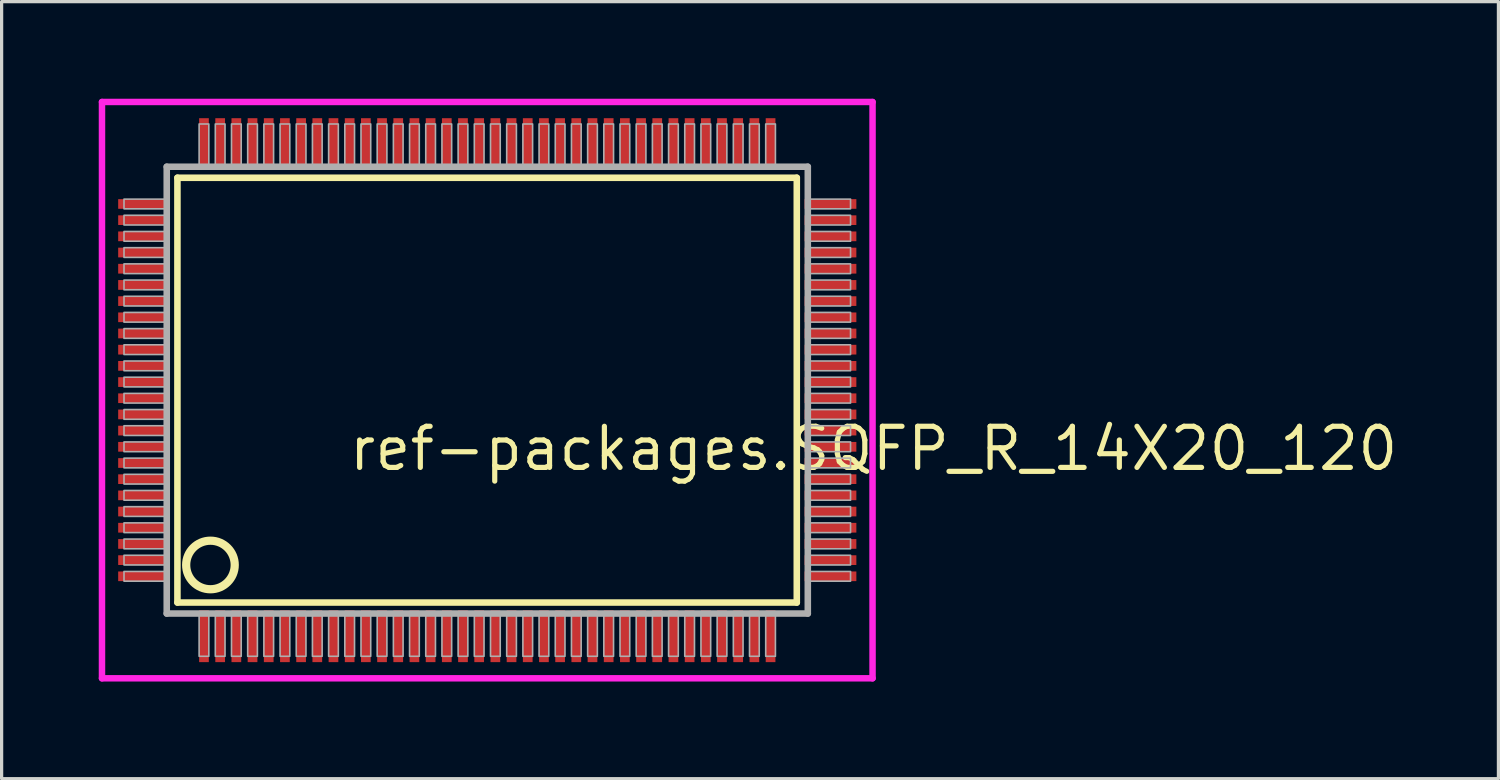
<source format=kicad_pcb>
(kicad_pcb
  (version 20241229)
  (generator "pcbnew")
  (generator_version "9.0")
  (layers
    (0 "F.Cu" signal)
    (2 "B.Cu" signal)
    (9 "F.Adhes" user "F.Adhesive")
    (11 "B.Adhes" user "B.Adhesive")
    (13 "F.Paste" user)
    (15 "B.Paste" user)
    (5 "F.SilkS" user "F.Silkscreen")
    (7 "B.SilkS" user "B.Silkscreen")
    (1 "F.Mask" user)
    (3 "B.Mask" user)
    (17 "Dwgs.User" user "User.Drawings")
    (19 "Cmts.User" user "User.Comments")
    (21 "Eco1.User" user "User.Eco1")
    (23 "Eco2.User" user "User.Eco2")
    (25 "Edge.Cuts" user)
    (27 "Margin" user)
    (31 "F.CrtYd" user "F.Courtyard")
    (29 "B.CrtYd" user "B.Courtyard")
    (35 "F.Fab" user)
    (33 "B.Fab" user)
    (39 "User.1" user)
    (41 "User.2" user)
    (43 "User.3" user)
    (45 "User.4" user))
  (footprint "ref-packages.SQFP_R_14X20_120"
    (layer "F.Cu")
    (at 12 9)
    (property "Reference" "ref-packages.SQFP_R_14X20_120" (at -4.35 2.55 0) (layer "F.SilkS") (effects (font (size 1.27 1.27) (thickness 0.16)) (justify left bottom)))
    (attr smd)
    (fp_line (start -9.57 -6.56) (end 9.56 -6.56) (stroke (width 0.203) (type default)) (layer "F.SilkS"))
    (fp_line (start -9.57 6.56) (end -9.57 -6.56) (stroke (width 0.203) (type default)) (layer "F.SilkS"))
    (fp_line (start 9.56 -6.56) (end 9.56 6.56) (stroke (width 0.203) (type default)) (layer "F.SilkS"))
    (fp_line (start 9.56 6.56) (end -9.57 6.56) (stroke (width 0.203) (type default)) (layer "F.SilkS"))
    (fp_circle (center -8.55 5.4) (end -7.8 5.4) (stroke (width 0.254) (type default)) (fill no) (layer "F.SilkS"))
    (fp_line (start -11.9 -8.9) (end 11.9 -8.9) (stroke (width 0.2) (type default)) (layer "F.CrtYd"))
    (fp_line (start -11.9 8.9) (end -11.9 -8.9) (stroke (width 0.2) (type default)) (layer "F.CrtYd"))
    (fp_line (start 11.9 -8.9) (end 11.9 8.9) (stroke (width 0.2) (type default)) (layer "F.CrtYd"))
    (fp_line (start 11.9 8.9) (end -11.9 8.9) (stroke (width 0.2) (type default)) (layer "F.CrtYd"))
    (fp_line (start -9.9 -6.9) (end -9.9 6.9) (stroke (width 0.203) (type default)) (layer "F.Fab"))
    (fp_line (start -9.9 6.9) (end 9.9 6.9) (stroke (width 0.203) (type default)) (layer "F.Fab"))
    (fp_line (start 9.9 -6.9) (end -9.9 -6.9) (stroke (width 0.203) (type default)) (layer "F.Fab"))
    (fp_line (start 9.9 6.9) (end 9.9 -6.9) (stroke (width 0.203) (type default)) (layer "F.Fab"))
    (fp_rect (start -11.22 -5.6) (end -9.95 -5.9) (stroke (width 0.05) (type default)) (fill no) (layer "F.Fab"))
    (fp_rect (start -11.22 -5.1) (end -9.95 -5.4) (stroke (width 0.05) (type default)) (fill no) (layer "F.Fab"))
    (fp_rect (start -11.22 -4.6) (end -9.95 -4.9) (stroke (width 0.05) (type default)) (fill no) (layer "F.Fab"))
    (fp_rect (start -11.22 -4.1) (end -9.95 -4.4) (stroke (width 0.05) (type default)) (fill no) (layer "F.Fab"))
    (fp_rect (start -11.22 -3.6) (end -9.95 -3.9) (stroke (width 0.05) (type default)) (fill no) (layer "F.Fab"))
    (fp_rect (start -11.22 -3.1) (end -9.95 -3.4) (stroke (width 0.05) (type default)) (fill no) (layer "F.Fab"))
    (fp_rect (start -11.22 -2.6) (end -9.95 -2.9) (stroke (width 0.05) (type default)) (fill no) (layer "F.Fab"))
    (fp_rect (start -11.22 -2.1) (end -9.95 -2.4) (stroke (width 0.05) (type default)) (fill no) (layer "F.Fab"))
    (fp_rect (start -11.22 -1.6) (end -9.95 -1.9) (stroke (width 0.05) (type default)) (fill no) (layer "F.Fab"))
    (fp_rect (start -11.22 -1.1) (end -9.95 -1.4) (stroke (width 0.05) (type default)) (fill no) (layer "F.Fab"))
    (fp_rect (start -11.22 -0.6) (end -9.95 -0.9) (stroke (width 0.05) (type default)) (fill no) (layer "F.Fab"))
    (fp_rect (start -11.22 -0.1) (end -9.95 -0.4) (stroke (width 0.05) (type default)) (fill no) (layer "F.Fab"))
    (fp_rect (start -11.22 0.4) (end -9.95 0.1) (stroke (width 0.05) (type default)) (fill no) (layer "F.Fab"))
    (fp_rect (start -11.22 0.9) (end -9.95 0.6) (stroke (width 0.05) (type default)) (fill no) (layer "F.Fab"))
    (fp_rect (start -11.22 1.4) (end -9.95 1.1) (stroke (width 0.05) (type default)) (fill no) (layer "F.Fab"))
    (fp_rect (start -11.22 1.9) (end -9.95 1.6) (stroke (width 0.05) (type default)) (fill no) (layer "F.Fab"))
    (fp_rect (start -11.22 2.4) (end -9.95 2.1) (stroke (width 0.05) (type default)) (fill no) (layer "F.Fab"))
    (fp_rect (start -11.22 2.9) (end -9.95 2.6) (stroke (width 0.05) (type default)) (fill no) (layer "F.Fab"))
    (fp_rect (start -11.22 3.4) (end -9.95 3.1) (stroke (width 0.05) (type default)) (fill no) (layer "F.Fab"))
    (fp_rect (start -11.22 3.9) (end -9.95 3.6) (stroke (width 0.05) (type default)) (fill no) (layer "F.Fab"))
    (fp_rect (start -11.22 4.4) (end -9.95 4.1) (stroke (width 0.05) (type default)) (fill no) (layer "F.Fab"))
    (fp_rect (start -11.22 4.9) (end -9.95 4.6) (stroke (width 0.05) (type default)) (fill no) (layer "F.Fab"))
    (fp_rect (start -11.22 5.4) (end -9.95 5.1) (stroke (width 0.05) (type default)) (fill no) (layer "F.Fab"))
    (fp_rect (start -11.22 5.9) (end -9.95 5.6) (stroke (width 0.05) (type default)) (fill no) (layer "F.Fab"))
    (fp_rect (start -8.9 -6.95) (end -8.6 -8.22) (stroke (width 0.05) (type default)) (fill no) (layer "F.Fab"))
    (fp_rect (start -8.9 8.22) (end -8.6 6.95) (stroke (width 0.05) (type default)) (fill no) (layer "F.Fab"))
    (fp_rect (start -8.4 -6.95) (end -8.1 -8.22) (stroke (width 0.05) (type default)) (fill no) (layer "F.Fab"))
    (fp_rect (start -8.4 8.22) (end -8.1 6.95) (stroke (width 0.05) (type default)) (fill no) (layer "F.Fab"))
    (fp_rect (start -7.9 -6.95) (end -7.6 -8.22) (stroke (width 0.05) (type default)) (fill no) (layer "F.Fab"))
    (fp_rect (start -7.9 8.22) (end -7.6 6.95) (stroke (width 0.05) (type default)) (fill no) (layer "F.Fab"))
    (fp_rect (start -7.4 -6.95) (end -7.1 -8.22) (stroke (width 0.05) (type default)) (fill no) (layer "F.Fab"))
    (fp_rect (start -7.4 8.22) (end -7.1 6.95) (stroke (width 0.05) (type default)) (fill no) (layer "F.Fab"))
    (fp_rect (start -6.9 -6.95) (end -6.6 -8.22) (stroke (width 0.05) (type default)) (fill no) (layer "F.Fab"))
    (fp_rect (start -6.9 8.22) (end -6.6 6.95) (stroke (width 0.05) (type default)) (fill no) (layer "F.Fab"))
    (fp_rect (start -6.4 -6.95) (end -6.1 -8.22) (stroke (width 0.05) (type default)) (fill no) (layer "F.Fab"))
    (fp_rect (start -6.4 8.22) (end -6.1 6.95) (stroke (width 0.05) (type default)) (fill no) (layer "F.Fab"))
    (fp_rect (start -5.9 -6.95) (end -5.6 -8.22) (stroke (width 0.05) (type default)) (fill no) (layer "F.Fab"))
    (fp_rect (start -5.9 8.22) (end -5.6 6.95) (stroke (width 0.05) (type default)) (fill no) (layer "F.Fab"))
    (fp_rect (start -5.4 -6.95) (end -5.1 -8.22) (stroke (width 0.05) (type default)) (fill no) (layer "F.Fab"))
    (fp_rect (start -5.4 8.22) (end -5.1 6.95) (stroke (width 0.05) (type default)) (fill no) (layer "F.Fab"))
    (fp_rect (start -4.9 -6.95) (end -4.6 -8.22) (stroke (width 0.05) (type default)) (fill no) (layer "F.Fab"))
    (fp_rect (start -4.9 8.22) (end -4.6 6.95) (stroke (width 0.05) (type default)) (fill no) (layer "F.Fab"))
    (fp_rect (start -4.4 -6.95) (end -4.1 -8.22) (stroke (width 0.05) (type default)) (fill no) (layer "F.Fab"))
    (fp_rect (start -4.4 8.22) (end -4.1 6.95) (stroke (width 0.05) (type default)) (fill no) (layer "F.Fab"))
    (fp_rect (start -3.9 -6.95) (end -3.6 -8.22) (stroke (width 0.05) (type default)) (fill no) (layer "F.Fab"))
    (fp_rect (start -3.9 8.22) (end -3.6 6.95) (stroke (width 0.05) (type default)) (fill no) (layer "F.Fab"))
    (fp_rect (start -3.4 -6.95) (end -3.1 -8.22) (stroke (width 0.05) (type default)) (fill no) (layer "F.Fab"))
    (fp_rect (start -3.4 8.22) (end -3.1 6.95) (stroke (width 0.05) (type default)) (fill no) (layer "F.Fab"))
    (fp_rect (start -2.9 -6.95) (end -2.6 -8.22) (stroke (width 0.05) (type default)) (fill no) (layer "F.Fab"))
    (fp_rect (start -2.9 8.22) (end -2.6 6.95) (stroke (width 0.05) (type default)) (fill no) (layer "F.Fab"))
    (fp_rect (start -2.4 -6.95) (end -2.1 -8.22) (stroke (width 0.05) (type default)) (fill no) (layer "F.Fab"))
    (fp_rect (start -2.4 8.22) (end -2.1 6.95) (stroke (width 0.05) (type default)) (fill no) (layer "F.Fab"))
    (fp_rect (start -1.9 -6.95) (end -1.6 -8.22) (stroke (width 0.05) (type default)) (fill no) (layer "F.Fab"))
    (fp_rect (start -1.9 8.22) (end -1.6 6.95) (stroke (width 0.05) (type default)) (fill no) (layer "F.Fab"))
    (fp_rect (start -1.4 -6.95) (end -1.1 -8.22) (stroke (width 0.05) (type default)) (fill no) (layer "F.Fab"))
    (fp_rect (start -1.4 8.22) (end -1.1 6.95) (stroke (width 0.05) (type default)) (fill no) (layer "F.Fab"))
    (fp_rect (start -0.9 -6.95) (end -0.6 -8.22) (stroke (width 0.05) (type default)) (fill no) (layer "F.Fab"))
    (fp_rect (start -0.9 8.22) (end -0.6 6.95) (stroke (width 0.05) (type default)) (fill no) (layer "F.Fab"))
    (fp_rect (start -0.4 -6.95) (end -0.1 -8.22) (stroke (width 0.05) (type default)) (fill no) (layer "F.Fab"))
    (fp_rect (start -0.4 8.22) (end -0.1 6.95) (stroke (width 0.05) (type default)) (fill no) (layer "F.Fab"))
    (fp_rect (start 0.1 -6.95) (end 0.4 -8.22) (stroke (width 0.05) (type default)) (fill no) (layer "F.Fab"))
    (fp_rect (start 0.1 8.22) (end 0.4 6.95) (stroke (width 0.05) (type default)) (fill no) (layer "F.Fab"))
    (fp_rect (start 0.6 -6.95) (end 0.9 -8.22) (stroke (width 0.05) (type default)) (fill no) (layer "F.Fab"))
    (fp_rect (start 0.6 8.22) (end 0.9 6.95) (stroke (width 0.05) (type default)) (fill no) (layer "F.Fab"))
    (fp_rect (start 1.1 -6.95) (end 1.4 -8.22) (stroke (width 0.05) (type default)) (fill no) (layer "F.Fab"))
    (fp_rect (start 1.1 8.22) (end 1.4 6.95) (stroke (width 0.05) (type default)) (fill no) (layer "F.Fab"))
    (fp_rect (start 1.6 -6.95) (end 1.9 -8.22) (stroke (width 0.05) (type default)) (fill no) (layer "F.Fab"))
    (fp_rect (start 1.6 8.22) (end 1.9 6.95) (stroke (width 0.05) (type default)) (fill no) (layer "F.Fab"))
    (fp_rect (start 2.1 -6.95) (end 2.4 -8.22) (stroke (width 0.05) (type default)) (fill no) (layer "F.Fab"))
    (fp_rect (start 2.1 8.22) (end 2.4 6.95) (stroke (width 0.05) (type default)) (fill no) (layer "F.Fab"))
    (fp_rect (start 2.6 -6.95) (end 2.9 -8.22) (stroke (width 0.05) (type default)) (fill no) (layer "F.Fab"))
    (fp_rect (start 2.6 8.22) (end 2.9 6.95) (stroke (width 0.05) (type default)) (fill no) (layer "F.Fab"))
    (fp_rect (start 3.1 -6.95) (end 3.4 -8.22) (stroke (width 0.05) (type default)) (fill no) (layer "F.Fab"))
    (fp_rect (start 3.1 8.22) (end 3.4 6.95) (stroke (width 0.05) (type default)) (fill no) (layer "F.Fab"))
    (fp_rect (start 3.6 -6.95) (end 3.9 -8.22) (stroke (width 0.05) (type default)) (fill no) (layer "F.Fab"))
    (fp_rect (start 3.6 8.22) (end 3.9 6.95) (stroke (width 0.05) (type default)) (fill no) (layer "F.Fab"))
    (fp_rect (start 4.1 -6.95) (end 4.4 -8.22) (stroke (width 0.05) (type default)) (fill no) (layer "F.Fab"))
    (fp_rect (start 4.1 8.22) (end 4.4 6.95) (stroke (width 0.05) (type default)) (fill no) (layer "F.Fab"))
    (fp_rect (start 4.6 -6.95) (end 4.9 -8.22) (stroke (width 0.05) (type default)) (fill no) (layer "F.Fab"))
    (fp_rect (start 4.6 8.22) (end 4.9 6.95) (stroke (width 0.05) (type default)) (fill no) (layer "F.Fab"))
    (fp_rect (start 5.1 -6.95) (end 5.4 -8.22) (stroke (width 0.05) (type default)) (fill no) (layer "F.Fab"))
    (fp_rect (start 5.1 8.22) (end 5.4 6.95) (stroke (width 0.05) (type default)) (fill no) (layer "F.Fab"))
    (fp_rect (start 5.6 -6.95) (end 5.9 -8.22) (stroke (width 0.05) (type default)) (fill no) (layer "F.Fab"))
    (fp_rect (start 5.6 8.22) (end 5.9 6.95) (stroke (width 0.05) (type default)) (fill no) (layer "F.Fab"))
    (fp_rect (start 6.1 -6.95) (end 6.4 -8.22) (stroke (width 0.05) (type default)) (fill no) (layer "F.Fab"))
    (fp_rect (start 6.1 8.22) (end 6.4 6.95) (stroke (width 0.05) (type default)) (fill no) (layer "F.Fab"))
    (fp_rect (start 6.6 -6.95) (end 6.9 -8.22) (stroke (width 0.05) (type default)) (fill no) (layer "F.Fab"))
    (fp_rect (start 6.6 8.22) (end 6.9 6.95) (stroke (width 0.05) (type default)) (fill no) (layer "F.Fab"))
    (fp_rect (start 7.1 -6.95) (end 7.4 -8.22) (stroke (width 0.05) (type default)) (fill no) (layer "F.Fab"))
    (fp_rect (start 7.1 8.22) (end 7.4 6.95) (stroke (width 0.05) (type default)) (fill no) (layer "F.Fab"))
    (fp_rect (start 7.6 -6.95) (end 7.9 -8.22) (stroke (width 0.05) (type default)) (fill no) (layer "F.Fab"))
    (fp_rect (start 7.6 8.22) (end 7.9 6.95) (stroke (width 0.05) (type default)) (fill no) (layer "F.Fab"))
    (fp_rect (start 8.1 -6.95) (end 8.4 -8.22) (stroke (width 0.05) (type default)) (fill no) (layer "F.Fab"))
    (fp_rect (start 8.1 8.22) (end 8.4 6.95) (stroke (width 0.05) (type default)) (fill no) (layer "F.Fab"))
    (fp_rect (start 8.6 -6.95) (end 8.9 -8.22) (stroke (width 0.05) (type default)) (fill no) (layer "F.Fab"))
    (fp_rect (start 8.6 8.22) (end 8.9 6.95) (stroke (width 0.05) (type default)) (fill no) (layer "F.Fab"))
    (fp_rect (start 9.95 -5.6) (end 11.22 -5.9) (stroke (width 0.05) (type default)) (fill no) (layer "F.Fab"))
    (fp_rect (start 9.95 -5.1) (end 11.22 -5.4) (stroke (width 0.05) (type default)) (fill no) (layer "F.Fab"))
    (fp_rect (start 9.95 -4.6) (end 11.22 -4.9) (stroke (width 0.05) (type default)) (fill no) (layer "F.Fab"))
    (fp_rect (start 9.95 -4.1) (end 11.22 -4.4) (stroke (width 0.05) (type default)) (fill no) (layer "F.Fab"))
    (fp_rect (start 9.95 -3.6) (end 11.22 -3.9) (stroke (width 0.05) (type default)) (fill no) (layer "F.Fab"))
    (fp_rect (start 9.95 -3.1) (end 11.22 -3.4) (stroke (width 0.05) (type default)) (fill no) (layer "F.Fab"))
    (fp_rect (start 9.95 -2.6) (end 11.22 -2.9) (stroke (width 0.05) (type default)) (fill no) (layer "F.Fab"))
    (fp_rect (start 9.95 -2.1) (end 11.22 -2.4) (stroke (width 0.05) (type default)) (fill no) (layer "F.Fab"))
    (fp_rect (start 9.95 -1.6) (end 11.22 -1.9) (stroke (width 0.05) (type default)) (fill no) (layer "F.Fab"))
    (fp_rect (start 9.95 -1.1) (end 11.22 -1.4) (stroke (width 0.05) (type default)) (fill no) (layer "F.Fab"))
    (fp_rect (start 9.95 -0.6) (end 11.22 -0.9) (stroke (width 0.05) (type default)) (fill no) (layer "F.Fab"))
    (fp_rect (start 9.95 -0.1) (end 11.22 -0.4) (stroke (width 0.05) (type default)) (fill no) (layer "F.Fab"))
    (fp_rect (start 9.95 0.4) (end 11.22 0.1) (stroke (width 0.05) (type default)) (fill no) (layer "F.Fab"))
    (fp_rect (start 9.95 0.9) (end 11.22 0.6) (stroke (width 0.05) (type default)) (fill no) (layer "F.Fab"))
    (fp_rect (start 9.95 1.4) (end 11.22 1.1) (stroke (width 0.05) (type default)) (fill no) (layer "F.Fab"))
    (fp_rect (start 9.95 1.9) (end 11.22 1.6) (stroke (width 0.05) (type default)) (fill no) (layer "F.Fab"))
    (fp_rect (start 9.95 2.4) (end 11.22 2.1) (stroke (width 0.05) (type default)) (fill no) (layer "F.Fab"))
    (fp_rect (start 9.95 2.9) (end 11.22 2.6) (stroke (width 0.05) (type default)) (fill no) (layer "F.Fab"))
    (fp_rect (start 9.95 3.4) (end 11.22 3.1) (stroke (width 0.05) (type default)) (fill no) (layer "F.Fab"))
    (fp_rect (start 9.95 3.9) (end 11.22 3.6) (stroke (width 0.05) (type default)) (fill no) (layer "F.Fab"))
    (fp_rect (start 9.95 4.4) (end 11.22 4.1) (stroke (width 0.05) (type default)) (fill no) (layer "F.Fab"))
    (fp_rect (start 9.95 4.9) (end 11.22 4.6) (stroke (width 0.05) (type default)) (fill no) (layer "F.Fab"))
    (fp_rect (start 9.95 5.4) (end 11.22 5.1) (stroke (width 0.05) (type default)) (fill no) (layer "F.Fab"))
    (fp_rect (start 9.95 5.9) (end 11.22 5.6) (stroke (width 0.05) (type default)) (fill no) (layer "F.Fab"))
    (pad "1" smd roundrect (at -8.75 7.6) (size 0.3 1.6) (layers "F.Cu" "F.Mask" "F.Paste") (roundrect_rratio 0.01))
    (pad "2" smd roundrect (at -8.25 7.6) (size 0.3 1.6) (layers "F.Cu" "F.Mask" "F.Paste") (roundrect_rratio 0.01))
    (pad "3" smd roundrect (at -7.75 7.6) (size 0.3 1.6) (layers "F.Cu" "F.Mask" "F.Paste") (roundrect_rratio 0.01))
    (pad "4" smd roundrect (at -7.25 7.6) (size 0.3 1.6) (layers "F.Cu" "F.Mask" "F.Paste") (roundrect_rratio 0.01))
    (pad "5" smd roundrect (at -6.75 7.6) (size 0.3 1.6) (layers "F.Cu" "F.Mask" "F.Paste") (roundrect_rratio 0.01))
    (pad "6" smd roundrect (at -6.25 7.6) (size 0.3 1.6) (layers "F.Cu" "F.Mask" "F.Paste") (roundrect_rratio 0.01))
    (pad "7" smd roundrect (at -5.75 7.6) (size 0.3 1.6) (layers "F.Cu" "F.Mask" "F.Paste") (roundrect_rratio 0.01))
    (pad "8" smd roundrect (at -5.25 7.6) (size 0.3 1.6) (layers "F.Cu" "F.Mask" "F.Paste") (roundrect_rratio 0.01))
    (pad "9" smd roundrect (at -4.75 7.6) (size 0.3 1.6) (layers "F.Cu" "F.Mask" "F.Paste") (roundrect_rratio 0.01))
    (pad "10" smd roundrect (at -4.25 7.6) (size 0.3 1.6) (layers "F.Cu" "F.Mask" "F.Paste") (roundrect_rratio 0.01))
    (pad "11" smd roundrect (at -3.75 7.6) (size 0.3 1.6) (layers "F.Cu" "F.Mask" "F.Paste") (roundrect_rratio 0.01))
    (pad "12" smd roundrect (at -3.25 7.6) (size 0.3 1.6) (layers "F.Cu" "F.Mask" "F.Paste") (roundrect_rratio 0.01))
    (pad "13" smd roundrect (at -2.75 7.6) (size 0.3 1.6) (layers "F.Cu" "F.Mask" "F.Paste") (roundrect_rratio 0.01))
    (pad "14" smd roundrect (at -2.25 7.6) (size 0.3 1.6) (layers "F.Cu" "F.Mask" "F.Paste") (roundrect_rratio 0.01))
    (pad "15" smd roundrect (at -1.75 7.6) (size 0.3 1.6) (layers "F.Cu" "F.Mask" "F.Paste") (roundrect_rratio 0.01))
    (pad "16" smd roundrect (at -1.25 7.6) (size 0.3 1.6) (layers "F.Cu" "F.Mask" "F.Paste") (roundrect_rratio 0.01))
    (pad "17" smd roundrect (at -0.75 7.6) (size 0.3 1.6) (layers "F.Cu" "F.Mask" "F.Paste") (roundrect_rratio 0.01))
    (pad "18" smd roundrect (at -0.25 7.6) (size 0.3 1.6) (layers "F.Cu" "F.Mask" "F.Paste") (roundrect_rratio 0.01))
    (pad "19" smd roundrect (at 0.25 7.6) (size 0.3 1.6) (layers "F.Cu" "F.Mask" "F.Paste") (roundrect_rratio 0.01))
    (pad "20" smd roundrect (at 0.75 7.6) (size 0.3 1.6) (layers "F.Cu" "F.Mask" "F.Paste") (roundrect_rratio 0.01))
    (pad "21" smd roundrect (at 1.25 7.6) (size 0.3 1.6) (layers "F.Cu" "F.Mask" "F.Paste") (roundrect_rratio 0.01))
    (pad "22" smd roundrect (at 1.75 7.6) (size 0.3 1.6) (layers "F.Cu" "F.Mask" "F.Paste") (roundrect_rratio 0.01))
    (pad "23" smd roundrect (at 2.25 7.6) (size 0.3 1.6) (layers "F.Cu" "F.Mask" "F.Paste") (roundrect_rratio 0.01))
    (pad "24" smd roundrect (at 2.75 7.6) (size 0.3 1.6) (layers "F.Cu" "F.Mask" "F.Paste") (roundrect_rratio 0.01))
    (pad "25" smd roundrect (at 3.25 7.6) (size 0.3 1.6) (layers "F.Cu" "F.Mask" "F.Paste") (roundrect_rratio 0.01))
    (pad "26" smd roundrect (at 3.75 7.6) (size 0.3 1.6) (layers "F.Cu" "F.Mask" "F.Paste") (roundrect_rratio 0.01))
    (pad "27" smd roundrect (at 4.25 7.6) (size 0.3 1.6) (layers "F.Cu" "F.Mask" "F.Paste") (roundrect_rratio 0.01))
    (pad "28" smd roundrect (at 4.75 7.6) (size 0.3 1.6) (layers "F.Cu" "F.Mask" "F.Paste") (roundrect_rratio 0.01))
    (pad "29" smd roundrect (at 5.25 7.6) (size 0.3 1.6) (layers "F.Cu" "F.Mask" "F.Paste") (roundrect_rratio 0.01))
    (pad "30" smd roundrect (at 5.75 7.6) (size 0.3 1.6) (layers "F.Cu" "F.Mask" "F.Paste") (roundrect_rratio 0.01))
    (pad "31" smd roundrect (at 6.25 7.6) (size 0.3 1.6) (layers "F.Cu" "F.Mask" "F.Paste") (roundrect_rratio 0.01))
    (pad "32" smd roundrect (at 6.75 7.6) (size 0.3 1.6) (layers "F.Cu" "F.Mask" "F.Paste") (roundrect_rratio 0.01))
    (pad "33" smd roundrect (at 7.25 7.6) (size 0.3 1.6) (layers "F.Cu" "F.Mask" "F.Paste") (roundrect_rratio 0.01))
    (pad "34" smd roundrect (at 7.75 7.6) (size 0.3 1.6) (layers "F.Cu" "F.Mask" "F.Paste") (roundrect_rratio 0.01))
    (pad "35" smd roundrect (at 8.25 7.6) (size 0.3 1.6) (layers "F.Cu" "F.Mask" "F.Paste") (roundrect_rratio 0.01))
    (pad "36" smd roundrect (at 8.75 7.6) (size 0.3 1.6) (layers "F.Cu" "F.Mask" "F.Paste") (roundrect_rratio 0.01))
    (pad "37" smd roundrect (at 10.6 5.75) (size 1.6 0.3) (layers "F.Cu" "F.Mask" "F.Paste") (roundrect_rratio 0.01))
    (pad "38" smd roundrect (at 10.6 5.25) (size 1.6 0.3) (layers "F.Cu" "F.Mask" "F.Paste") (roundrect_rratio 0.01))
    (pad "39" smd roundrect (at 10.6 4.75) (size 1.6 0.3) (layers "F.Cu" "F.Mask" "F.Paste") (roundrect_rratio 0.01))
    (pad "40" smd roundrect (at 10.6 4.25) (size 1.6 0.3) (layers "F.Cu" "F.Mask" "F.Paste") (roundrect_rratio 0.01))
    (pad "41" smd roundrect (at 10.6 3.75) (size 1.6 0.3) (layers "F.Cu" "F.Mask" "F.Paste") (roundrect_rratio 0.01))
    (pad "42" smd roundrect (at 10.6 3.25) (size 1.6 0.3) (layers "F.Cu" "F.Mask" "F.Paste") (roundrect_rratio 0.01))
    (pad "43" smd roundrect (at 10.6 2.75) (size 1.6 0.3) (layers "F.Cu" "F.Mask" "F.Paste") (roundrect_rratio 0.01))
    (pad "44" smd roundrect (at 10.6 2.25) (size 1.6 0.3) (layers "F.Cu" "F.Mask" "F.Paste") (roundrect_rratio 0.01))
    (pad "45" smd roundrect (at 10.6 1.75) (size 1.6 0.3) (layers "F.Cu" "F.Mask" "F.Paste") (roundrect_rratio 0.01))
    (pad "46" smd roundrect (at 10.6 1.25) (size 1.6 0.3) (layers "F.Cu" "F.Mask" "F.Paste") (roundrect_rratio 0.01))
    (pad "47" smd roundrect (at 10.6 0.75) (size 1.6 0.3) (layers "F.Cu" "F.Mask" "F.Paste") (roundrect_rratio 0.01))
    (pad "48" smd roundrect (at 10.6 0.25) (size 1.6 0.3) (layers "F.Cu" "F.Mask" "F.Paste") (roundrect_rratio 0.01))
    (pad "49" smd roundrect (at 10.6 -0.25) (size 1.6 0.3) (layers "F.Cu" "F.Mask" "F.Paste") (roundrect_rratio 0.01))
    (pad "50" smd roundrect (at 10.6 -0.75) (size 1.6 0.3) (layers "F.Cu" "F.Mask" "F.Paste") (roundrect_rratio 0.01))
    (pad "51" smd roundrect (at 10.6 -1.25) (size 1.6 0.3) (layers "F.Cu" "F.Mask" "F.Paste") (roundrect_rratio 0.01))
    (pad "52" smd roundrect (at 10.6 -1.75) (size 1.6 0.3) (layers "F.Cu" "F.Mask" "F.Paste") (roundrect_rratio 0.01))
    (pad "53" smd roundrect (at 10.6 -2.25) (size 1.6 0.3) (layers "F.Cu" "F.Mask" "F.Paste") (roundrect_rratio 0.01))
    (pad "54" smd roundrect (at 10.6 -2.75) (size 1.6 0.3) (layers "F.Cu" "F.Mask" "F.Paste") (roundrect_rratio 0.01))
    (pad "55" smd roundrect (at 10.6 -3.25) (size 1.6 0.3) (layers "F.Cu" "F.Mask" "F.Paste") (roundrect_rratio 0.01))
    (pad "56" smd roundrect (at 10.6 -3.75) (size 1.6 0.3) (layers "F.Cu" "F.Mask" "F.Paste") (roundrect_rratio 0.01))
    (pad "57" smd roundrect (at 10.6 -4.25) (size 1.6 0.3) (layers "F.Cu" "F.Mask" "F.Paste") (roundrect_rratio 0.01))
    (pad "58" smd roundrect (at 10.6 -4.75) (size 1.6 0.3) (layers "F.Cu" "F.Mask" "F.Paste") (roundrect_rratio 0.01))
    (pad "59" smd roundrect (at 10.6 -5.25) (size 1.6 0.3) (layers "F.Cu" "F.Mask" "F.Paste") (roundrect_rratio 0.01))
    (pad "60" smd roundrect (at 10.6 -5.75) (size 1.6 0.3) (layers "F.Cu" "F.Mask" "F.Paste") (roundrect_rratio 0.01))
    (pad "61" smd roundrect (at 8.75 -7.6) (size 0.3 1.6) (layers "F.Cu" "F.Mask" "F.Paste") (roundrect_rratio 0.01))
    (pad "62" smd roundrect (at 8.25 -7.6) (size 0.3 1.6) (layers "F.Cu" "F.Mask" "F.Paste") (roundrect_rratio 0.01))
    (pad "63" smd roundrect (at 7.75 -7.6) (size 0.3 1.6) (layers "F.Cu" "F.Mask" "F.Paste") (roundrect_rratio 0.01))
    (pad "64" smd roundrect (at 7.25 -7.6) (size 0.3 1.6) (layers "F.Cu" "F.Mask" "F.Paste") (roundrect_rratio 0.01))
    (pad "65" smd roundrect (at 6.75 -7.6) (size 0.3 1.6) (layers "F.Cu" "F.Mask" "F.Paste") (roundrect_rratio 0.01))
    (pad "66" smd roundrect (at 6.25 -7.6) (size 0.3 1.6) (layers "F.Cu" "F.Mask" "F.Paste") (roundrect_rratio 0.01))
    (pad "67" smd roundrect (at 5.75 -7.6) (size 0.3 1.6) (layers "F.Cu" "F.Mask" "F.Paste") (roundrect_rratio 0.01))
    (pad "68" smd roundrect (at 5.25 -7.6) (size 0.3 1.6) (layers "F.Cu" "F.Mask" "F.Paste") (roundrect_rratio 0.01))
    (pad "69" smd roundrect (at 4.75 -7.6) (size 0.3 1.6) (layers "F.Cu" "F.Mask" "F.Paste") (roundrect_rratio 0.01))
    (pad "70" smd roundrect (at 4.25 -7.6) (size 0.3 1.6) (layers "F.Cu" "F.Mask" "F.Paste") (roundrect_rratio 0.01))
    (pad "71" smd roundrect (at 3.75 -7.6) (size 0.3 1.6) (layers "F.Cu" "F.Mask" "F.Paste") (roundrect_rratio 0.01))
    (pad "72" smd roundrect (at 3.25 -7.6) (size 0.3 1.6) (layers "F.Cu" "F.Mask" "F.Paste") (roundrect_rratio 0.01))
    (pad "73" smd roundrect (at 2.75 -7.6) (size 0.3 1.6) (layers "F.Cu" "F.Mask" "F.Paste") (roundrect_rratio 0.01))
    (pad "74" smd roundrect (at 2.25 -7.6) (size 0.3 1.6) (layers "F.Cu" "F.Mask" "F.Paste") (roundrect_rratio 0.01))
    (pad "75" smd roundrect (at 1.75 -7.6) (size 0.3 1.6) (layers "F.Cu" "F.Mask" "F.Paste") (roundrect_rratio 0.01))
    (pad "76" smd roundrect (at 1.25 -7.6) (size 0.3 1.6) (layers "F.Cu" "F.Mask" "F.Paste") (roundrect_rratio 0.01))
    (pad "77" smd roundrect (at 0.75 -7.6) (size 0.3 1.6) (layers "F.Cu" "F.Mask" "F.Paste") (roundrect_rratio 0.01))
    (pad "78" smd roundrect (at 0.25 -7.6) (size 0.3 1.6) (layers "F.Cu" "F.Mask" "F.Paste") (roundrect_rratio 0.01))
    (pad "79" smd roundrect (at -0.25 -7.6) (size 0.3 1.6) (layers "F.Cu" "F.Mask" "F.Paste") (roundrect_rratio 0.01))
    (pad "80" smd roundrect (at -0.75 -7.6) (size 0.3 1.6) (layers "F.Cu" "F.Mask" "F.Paste") (roundrect_rratio 0.01))
    (pad "81" smd roundrect (at -1.25 -7.6) (size 0.3 1.6) (layers "F.Cu" "F.Mask" "F.Paste") (roundrect_rratio 0.01))
    (pad "82" smd roundrect (at -1.75 -7.6) (size 0.3 1.6) (layers "F.Cu" "F.Mask" "F.Paste") (roundrect_rratio 0.01))
    (pad "83" smd roundrect (at -2.25 -7.6) (size 0.3 1.6) (layers "F.Cu" "F.Mask" "F.Paste") (roundrect_rratio 0.01))
    (pad "84" smd roundrect (at -2.75 -7.6) (size 0.3 1.6) (layers "F.Cu" "F.Mask" "F.Paste") (roundrect_rratio 0.01))
    (pad "85" smd roundrect (at -3.25 -7.6) (size 0.3 1.6) (layers "F.Cu" "F.Mask" "F.Paste") (roundrect_rratio 0.01))
    (pad "86" smd roundrect (at -3.75 -7.6) (size 0.3 1.6) (layers "F.Cu" "F.Mask" "F.Paste") (roundrect_rratio 0.01))
    (pad "87" smd roundrect (at -4.25 -7.6) (size 0.3 1.6) (layers "F.Cu" "F.Mask" "F.Paste") (roundrect_rratio 0.01))
    (pad "88" smd roundrect (at -4.75 -7.6) (size 0.3 1.6) (layers "F.Cu" "F.Mask" "F.Paste") (roundrect_rratio 0.01))
    (pad "89" smd roundrect (at -5.25 -7.6) (size 0.3 1.6) (layers "F.Cu" "F.Mask" "F.Paste") (roundrect_rratio 0.01))
    (pad "90" smd roundrect (at -5.75 -7.6) (size 0.3 1.6) (layers "F.Cu" "F.Mask" "F.Paste") (roundrect_rratio 0.01))
    (pad "91" smd roundrect (at -6.25 -7.6) (size 0.3 1.6) (layers "F.Cu" "F.Mask" "F.Paste") (roundrect_rratio 0.01))
    (pad "92" smd roundrect (at -6.75 -7.6) (size 0.3 1.6) (layers "F.Cu" "F.Mask" "F.Paste") (roundrect_rratio 0.01))
    (pad "93" smd roundrect (at -7.25 -7.6) (size 0.3 1.6) (layers "F.Cu" "F.Mask" "F.Paste") (roundrect_rratio 0.01))
    (pad "94" smd roundrect (at -7.75 -7.6) (size 0.3 1.6) (layers "F.Cu" "F.Mask" "F.Paste") (roundrect_rratio 0.01))
    (pad "95" smd roundrect (at -8.25 -7.6) (size 0.3 1.6) (layers "F.Cu" "F.Mask" "F.Paste") (roundrect_rratio 0.01))
    (pad "96" smd roundrect (at -8.75 -7.6) (size 0.3 1.6) (layers "F.Cu" "F.Mask" "F.Paste") (roundrect_rratio 0.01))
    (pad "97" smd roundrect (at -10.6 -5.75) (size 1.6 0.3) (layers "F.Cu" "F.Mask" "F.Paste") (roundrect_rratio 0.01))
    (pad "98" smd roundrect (at -10.6 -5.25) (size 1.6 0.3) (layers "F.Cu" "F.Mask" "F.Paste") (roundrect_rratio 0.01))
    (pad "99" smd roundrect (at -10.6 -4.75) (size 1.6 0.3) (layers "F.Cu" "F.Mask" "F.Paste") (roundrect_rratio 0.01))
    (pad "100" smd roundrect (at -10.6 -4.25) (size 1.6 0.3) (layers "F.Cu" "F.Mask" "F.Paste") (roundrect_rratio 0.01))
    (pad "101" smd roundrect (at -10.6 -3.75) (size 1.6 0.3) (layers "F.Cu" "F.Mask" "F.Paste") (roundrect_rratio 0.01))
    (pad "102" smd roundrect (at -10.6 -3.25) (size 1.6 0.3) (layers "F.Cu" "F.Mask" "F.Paste") (roundrect_rratio 0.01))
    (pad "103" smd roundrect (at -10.6 -2.75) (size 1.6 0.3) (layers "F.Cu" "F.Mask" "F.Paste") (roundrect_rratio 0.01))
    (pad "104" smd roundrect (at -10.6 -2.25) (size 1.6 0.3) (layers "F.Cu" "F.Mask" "F.Paste") (roundrect_rratio 0.01))
    (pad "105" smd roundrect (at -10.6 -1.75) (size 1.6 0.3) (layers "F.Cu" "F.Mask" "F.Paste") (roundrect_rratio 0.01))
    (pad "106" smd roundrect (at -10.6 -1.25) (size 1.6 0.3) (layers "F.Cu" "F.Mask" "F.Paste") (roundrect_rratio 0.01))
    (pad "107" smd roundrect (at -10.6 -0.75) (size 1.6 0.3) (layers "F.Cu" "F.Mask" "F.Paste") (roundrect_rratio 0.01))
    (pad "108" smd roundrect (at -10.6 -0.25) (size 1.6 0.3) (layers "F.Cu" "F.Mask" "F.Paste") (roundrect_rratio 0.01))
    (pad "109" smd roundrect (at -10.6 0.25) (size 1.6 0.3) (layers "F.Cu" "F.Mask" "F.Paste") (roundrect_rratio 0.01))
    (pad "110" smd roundrect (at -10.6 0.75) (size 1.6 0.3) (layers "F.Cu" "F.Mask" "F.Paste") (roundrect_rratio 0.01))
    (pad "111" smd roundrect (at -10.6 1.25) (size 1.6 0.3) (layers "F.Cu" "F.Mask" "F.Paste") (roundrect_rratio 0.01))
    (pad "112" smd roundrect (at -10.6 1.75) (size 1.6 0.3) (layers "F.Cu" "F.Mask" "F.Paste") (roundrect_rratio 0.01))
    (pad "113" smd roundrect (at -10.6 2.25) (size 1.6 0.3) (layers "F.Cu" "F.Mask" "F.Paste") (roundrect_rratio 0.01))
    (pad "114" smd roundrect (at -10.6 2.75) (size 1.6 0.3) (layers "F.Cu" "F.Mask" "F.Paste") (roundrect_rratio 0.01))
    (pad "115" smd roundrect (at -10.6 3.25) (size 1.6 0.3) (layers "F.Cu" "F.Mask" "F.Paste") (roundrect_rratio 0.01))
    (pad "116" smd roundrect (at -10.6 3.75) (size 1.6 0.3) (layers "F.Cu" "F.Mask" "F.Paste") (roundrect_rratio 0.01))
    (pad "117" smd roundrect (at -10.6 4.25) (size 1.6 0.3) (layers "F.Cu" "F.Mask" "F.Paste") (roundrect_rratio 0.01))
    (pad "118" smd roundrect (at -10.6 4.75) (size 1.6 0.3) (layers "F.Cu" "F.Mask" "F.Paste") (roundrect_rratio 0.01))
    (pad "119" smd roundrect (at -10.6 5.25) (size 1.6 0.3) (layers "F.Cu" "F.Mask" "F.Paste") (roundrect_rratio 0.01))
    (pad "120" smd roundrect (at -10.6 5.75) (size 1.6 0.3) (layers "F.Cu" "F.Mask" "F.Paste") (roundrect_rratio 0.01)))
  (gr_rect
    (start -3 -3)
    (end 43.231 21)
    (stroke (width 0.1) (type default))
    (fill no)
    (layer "Edge.Cuts")))
</source>
